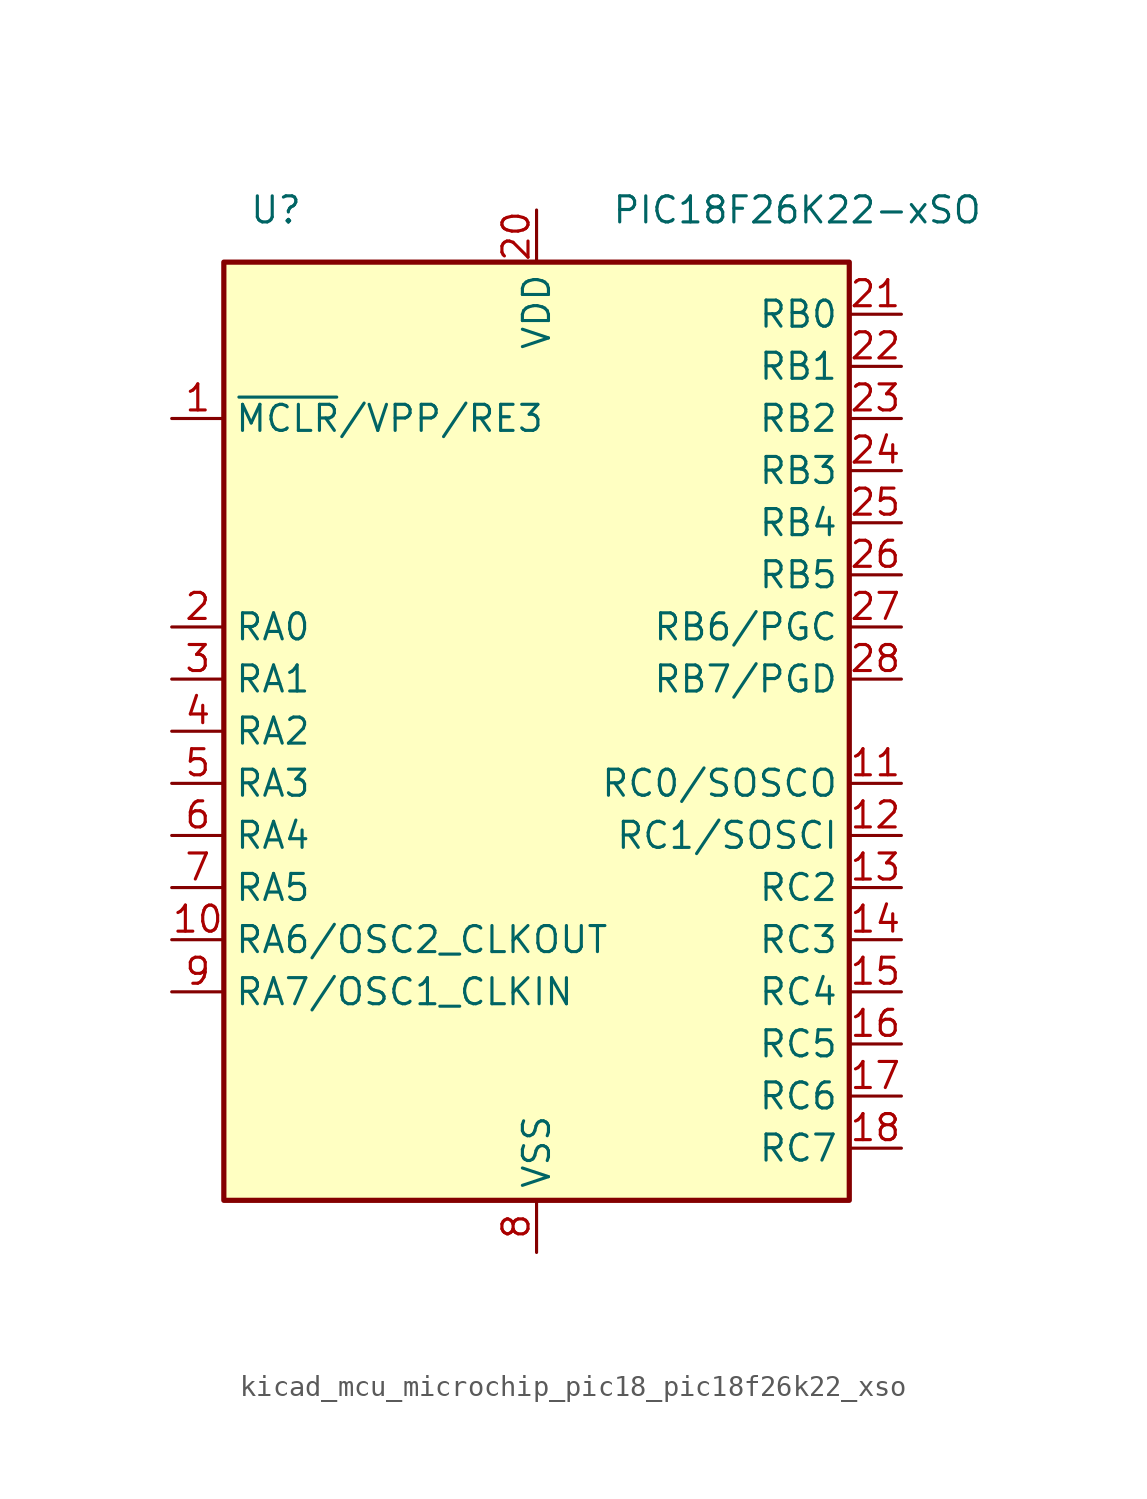
<source format=kicad_sym>
(kicad_symbol_lib
  (version 20220914)
  (generator kicad_symbol_editor)
  (symbol "kicad_mcu_microchip_pic18_pic18f26k22_xso"
    (property "Reference" "U"
      (at -12.7 25.4 0)
      (effects (font (size 1.27 1.27))))
    (property "Value" "PIC18F26K22-xSO"
      (at 12.7 25.4 0)
      (effects (font (size 1.27 1.27))))
    (symbol "kicad_mcu_microchip_pic18_pic18f26k22_xso_1_1"
      (rectangle (start -15.24 22.86) (end 15.24 -22.86) (stroke (width 0.254) (type default)) (fill (type background)))
      (pin input line (at -17.78 15.24 0) (length 2.54) (name "~{MCLR}/VPP/RE3" (effects (font (size 1.27 1.27)))) (number "1" (effects (font (size 1.27 1.27)))))
      (pin bidirectional line (at -17.78 -10.16 0) (length 2.54) (name "RA6/OSC2_CLKOUT" (effects (font (size 1.27 1.27)))) (number "10" (effects (font (size 1.27 1.27)))))
      (pin bidirectional line (at 17.78 -2.54 180) (length 2.54) (name "RC0/SOSCO" (effects (font (size 1.27 1.27)))) (number "11" (effects (font (size 1.27 1.27)))))
      (pin bidirectional line (at 17.78 -5.08 180) (length 2.54) (name "RC1/SOSCI" (effects (font (size 1.27 1.27)))) (number "12" (effects (font (size 1.27 1.27)))))
      (pin bidirectional line (at 17.78 -7.62 180) (length 2.54) (name "RC2" (effects (font (size 1.27 1.27)))) (number "13" (effects (font (size 1.27 1.27)))))
      (pin bidirectional line (at 17.78 -10.16 180) (length 2.54) (name "RC3" (effects (font (size 1.27 1.27)))) (number "14" (effects (font (size 1.27 1.27)))))
      (pin bidirectional line (at 17.78 -12.7 180) (length 2.54) (name "RC4" (effects (font (size 1.27 1.27)))) (number "15" (effects (font (size 1.27 1.27)))))
      (pin bidirectional line (at 17.78 -15.24 180) (length 2.54) (name "RC5" (effects (font (size 1.27 1.27)))) (number "16" (effects (font (size 1.27 1.27)))))
      (pin bidirectional line (at 17.78 -17.78 180) (length 2.54) (name "RC6" (effects (font (size 1.27 1.27)))) (number "17" (effects (font (size 1.27 1.27)))))
      (pin bidirectional line (at 17.78 -20.32 180) (length 2.54) (name "RC7" (effects (font (size 1.27 1.27)))) (number "18" (effects (font (size 1.27 1.27)))))
      (pin passive line (at 0 -25.4 90) (length 2.54) hide (name "VSS" (effects (font (size 1.27 1.27)))) (number "19" (effects (font (size 1.27 1.27)))))
      (pin bidirectional line (at -17.78 5.08 0) (length 2.54) (name "RA0" (effects (font (size 1.27 1.27)))) (number "2" (effects (font (size 1.27 1.27)))))
      (pin power_in line (at 0 25.4 270) (length 2.54) (name "VDD" (effects (font (size 1.27 1.27)))) (number "20" (effects (font (size 1.27 1.27)))))
      (pin bidirectional line (at 17.78 20.32 180) (length 2.54) (name "RB0" (effects (font (size 1.27 1.27)))) (number "21" (effects (font (size 1.27 1.27)))))
      (pin bidirectional line (at 17.78 17.78 180) (length 2.54) (name "RB1" (effects (font (size 1.27 1.27)))) (number "22" (effects (font (size 1.27 1.27)))))
      (pin bidirectional line (at 17.78 15.24 180) (length 2.54) (name "RB2" (effects (font (size 1.27 1.27)))) (number "23" (effects (font (size 1.27 1.27)))))
      (pin bidirectional line (at 17.78 12.7 180) (length 2.54) (name "RB3" (effects (font (size 1.27 1.27)))) (number "24" (effects (font (size 1.27 1.27)))))
      (pin bidirectional line (at 17.78 10.16 180) (length 2.54) (name "RB4" (effects (font (size 1.27 1.27)))) (number "25" (effects (font (size 1.27 1.27)))))
      (pin bidirectional line (at 17.78 7.62 180) (length 2.54) (name "RB5" (effects (font (size 1.27 1.27)))) (number "26" (effects (font (size 1.27 1.27)))))
      (pin bidirectional line (at 17.78 5.08 180) (length 2.54) (name "RB6/PGC" (effects (font (size 1.27 1.27)))) (number "27" (effects (font (size 1.27 1.27)))))
      (pin bidirectional line (at 17.78 2.54 180) (length 2.54) (name "RB7/PGD" (effects (font (size 1.27 1.27)))) (number "28" (effects (font (size 1.27 1.27)))))
      (pin bidirectional line (at -17.78 2.54 0) (length 2.54) (name "RA1" (effects (font (size 1.27 1.27)))) (number "3" (effects (font (size 1.27 1.27)))))
      (pin bidirectional line (at -17.78 0 0) (length 2.54) (name "RA2" (effects (font (size 1.27 1.27)))) (number "4" (effects (font (size 1.27 1.27)))))
      (pin bidirectional line (at -17.78 -2.54 0) (length 2.54) (name "RA3" (effects (font (size 1.27 1.27)))) (number "5" (effects (font (size 1.27 1.27)))))
      (pin bidirectional line (at -17.78 -5.08 0) (length 2.54) (name "RA4" (effects (font (size 1.27 1.27)))) (number "6" (effects (font (size 1.27 1.27)))))
      (pin bidirectional line (at -17.78 -7.62 0) (length 2.54) (name "RA5" (effects (font (size 1.27 1.27)))) (number "7" (effects (font (size 1.27 1.27)))))
      (pin power_in line (at 0 -25.4 90) (length 2.54) (name "VSS" (effects (font (size 1.27 1.27)))) (number "8" (effects (font (size 1.27 1.27)))))
      (pin bidirectional line (at -17.78 -12.7 0) (length 2.54) (name "RA7/OSC1_CLKIN" (effects (font (size 1.27 1.27)))) (number "9" (effects (font (size 1.27 1.27))))))))
</source>
